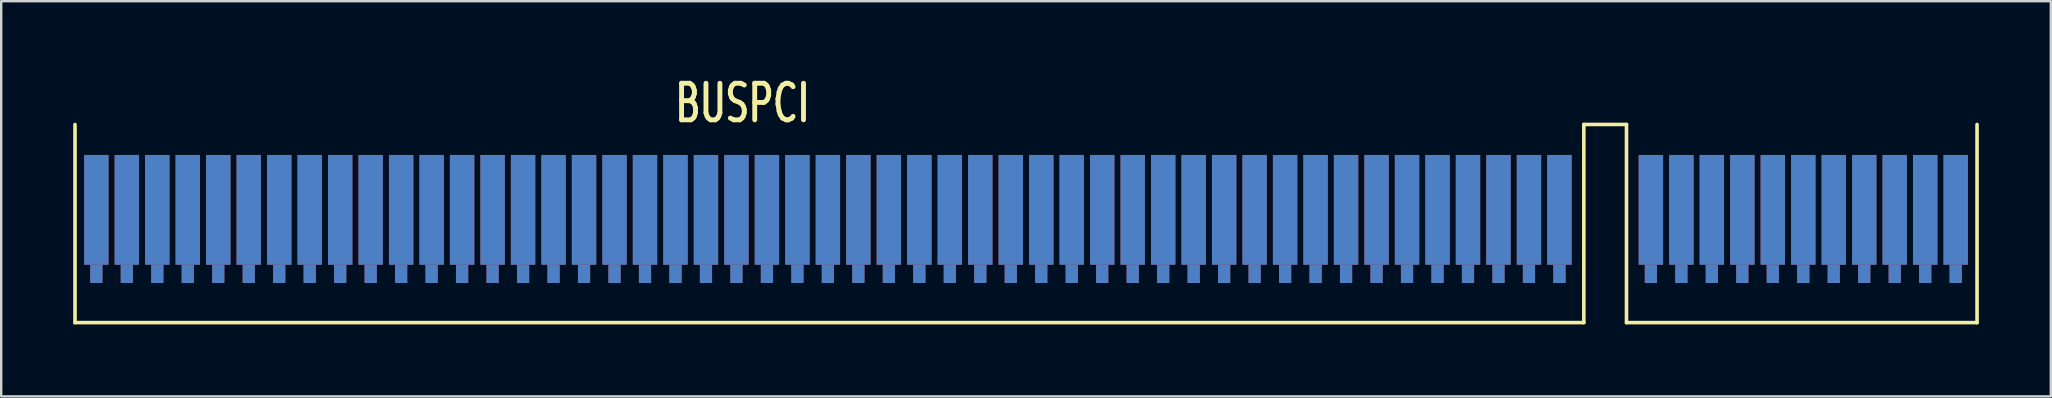
<source format=kicad_pcb>
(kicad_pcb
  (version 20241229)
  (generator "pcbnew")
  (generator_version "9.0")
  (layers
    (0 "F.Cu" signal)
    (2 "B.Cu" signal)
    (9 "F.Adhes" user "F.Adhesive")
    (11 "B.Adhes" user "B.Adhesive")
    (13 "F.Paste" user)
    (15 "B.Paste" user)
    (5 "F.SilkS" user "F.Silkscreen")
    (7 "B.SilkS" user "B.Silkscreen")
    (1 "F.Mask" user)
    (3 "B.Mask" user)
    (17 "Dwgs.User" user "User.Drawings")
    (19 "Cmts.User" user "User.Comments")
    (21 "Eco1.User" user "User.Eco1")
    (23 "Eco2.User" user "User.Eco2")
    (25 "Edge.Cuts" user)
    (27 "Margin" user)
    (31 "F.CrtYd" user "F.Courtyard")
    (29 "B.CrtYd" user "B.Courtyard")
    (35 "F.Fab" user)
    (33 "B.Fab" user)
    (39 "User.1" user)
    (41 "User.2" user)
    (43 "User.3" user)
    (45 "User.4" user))
  (footprint "BUSPCI"
    (layer "F.Cu")
    (at 63.829 5.947)
    (property "Reference" "BUSPCI" (at -35.941 -4.699 0) (layer "F.SilkS") (effects (font (size 1.524 1.016) (thickness 0.203))))
    (attr through_hole)
    (fp_line (start -63.754 -3.81) (end -63.754 4.445) (stroke (width 0.15) (type solid)) (layer "F.SilkS"))
    (fp_line (start -63.754 4.445) (end -0.889 4.445) (stroke (width 0.15) (type solid)) (layer "F.SilkS"))
    (fp_line (start -0.889 -3.81) (end 0.889 -3.81) (stroke (width 0.15) (type solid)) (layer "F.SilkS"))
    (fp_line (start -0.889 4.445) (end -0.889 -3.81) (stroke (width 0.15) (type solid)) (layer "F.SilkS"))
    (fp_line (start 0.889 -3.81) (end 0.889 4.445) (stroke (width 0.15) (type solid)) (layer "F.SilkS"))
    (fp_line (start 0.889 4.445) (end 15.494 4.445) (stroke (width 0.15) (type solid)) (layer "F.SilkS"))
    (fp_line (start 15.494 4.445) (end 15.494 -3.81) (stroke (width 0.15) (type solid)) (layer "F.SilkS"))
    (pad "A1" connect rect (at -62.865 -0.254) (size 1.016 4.572) (layers "B.Cu" "B.Mask"))
    (pad "A1" connect rect (at -62.865 2.413) (size 0.508 0.762) (layers "B.Cu" "B.Mask"))
    (pad "A2" connect rect (at -61.595 -0.254) (size 1.016 4.572) (layers "B.Cu" "B.Mask"))
    (pad "A2" connect rect (at -61.595 2.413) (size 0.508 0.762) (layers "B.Cu" "B.Mask"))
    (pad "A3" connect rect (at -60.325 -0.254) (size 1.016 4.572) (layers "B.Cu" "B.Mask"))
    (pad "A3" connect rect (at -60.325 2.413) (size 0.508 0.762) (layers "B.Cu" "B.Mask"))
    (pad "A4" connect rect (at -59.055 -0.254) (size 1.016 4.572) (layers "B.Cu" "B.Mask"))
    (pad "A4" connect rect (at -59.055 2.413) (size 0.508 0.762) (layers "B.Cu" "B.Mask"))
    (pad "A5" connect rect (at -57.785 -0.254) (size 1.016 4.572) (layers "B.Cu" "B.Mask"))
    (pad "A5" connect rect (at -57.785 2.413) (size 0.508 0.762) (layers "B.Cu" "B.Mask"))
    (pad "A6" connect rect (at -56.515 -0.254) (size 1.016 4.572) (layers "B.Cu" "B.Mask"))
    (pad "A6" connect rect (at -56.515 2.413) (size 0.508 0.762) (layers "B.Cu" "B.Mask"))
    (pad "A7" connect rect (at -55.245 -0.254) (size 1.016 4.572) (layers "B.Cu" "B.Mask"))
    (pad "A7" connect rect (at -55.245 2.413) (size 0.508 0.762) (layers "B.Cu" "B.Mask"))
    (pad "A8" connect rect (at -53.975 -0.254) (size 1.016 4.572) (layers "B.Cu" "B.Mask"))
    (pad "A8" connect rect (at -53.975 2.413) (size 0.508 0.762) (layers "B.Cu" "B.Mask"))
    (pad "A9" connect rect (at -52.705 -0.254) (size 1.016 4.572) (layers "B.Cu" "B.Mask"))
    (pad "A9" connect rect (at -52.705 2.413) (size 0.508 0.762) (layers "B.Cu" "B.Mask"))
    (pad "A10" connect rect (at -51.435 -0.254) (size 1.016 4.572) (layers "B.Cu" "B.Mask"))
    (pad "A10" connect rect (at -51.435 2.413) (size 0.508 0.762) (layers "B.Cu" "B.Mask"))
    (pad "A11" connect rect (at -50.165 -0.254) (size 1.016 4.572) (layers "B.Cu" "B.Mask"))
    (pad "A11" connect rect (at -50.165 2.413) (size 0.508 0.762) (layers "B.Cu" "B.Mask"))
    (pad "A12" connect rect (at -48.895 -0.254) (size 1.016 4.572) (layers "B.Cu" "B.Mask"))
    (pad "A12" connect rect (at -48.895 2.413) (size 0.508 0.762) (layers "B.Cu" "B.Mask"))
    (pad "A13" connect rect (at -47.625 -0.254) (size 1.016 4.572) (layers "B.Cu" "B.Mask"))
    (pad "A13" connect rect (at -47.625 2.413) (size 0.508 0.762) (layers "B.Cu" "B.Mask"))
    (pad "A14" connect rect (at -46.355 -0.254) (size 1.016 4.572) (layers "B.Cu" "B.Mask"))
    (pad "A14" connect rect (at -46.355 2.413) (size 0.508 0.762) (layers "B.Cu" "B.Mask"))
    (pad "A15" connect rect (at -45.085 -0.254) (size 1.016 4.572) (layers "B.Cu" "B.Mask"))
    (pad "A15" connect rect (at -45.085 2.413) (size 0.508 0.762) (layers "B.Cu" "B.Mask"))
    (pad "A16" connect rect (at -43.815 -0.254) (size 1.016 4.572) (layers "B.Cu" "B.Mask"))
    (pad "A16" connect rect (at -43.815 2.413) (size 0.508 0.762) (layers "B.Cu" "B.Mask"))
    (pad "A17" connect rect (at -42.545 -0.254) (size 1.016 4.572) (layers "B.Cu" "B.Mask"))
    (pad "A17" connect rect (at -42.545 2.413) (size 0.508 0.762) (layers "B.Cu" "B.Mask"))
    (pad "A18" connect rect (at -41.275 -0.254) (size 1.016 4.572) (layers "B.Cu" "B.Mask"))
    (pad "A18" connect rect (at -41.275 2.413) (size 0.508 0.762) (layers "B.Cu" "B.Mask"))
    (pad "A19" connect rect (at -40.005 -0.254) (size 1.016 4.572) (layers "B.Cu" "B.Mask"))
    (pad "A19" connect rect (at -40.005 2.413) (size 0.508 0.762) (layers "B.Cu" "B.Mask"))
    (pad "A20" connect rect (at -38.735 -0.254) (size 1.016 4.572) (layers "B.Cu" "B.Mask"))
    (pad "A20" connect rect (at -38.735 2.413) (size 0.508 0.762) (layers "B.Cu" "B.Mask"))
    (pad "A21" connect rect (at -37.465 -0.254) (size 1.016 4.572) (layers "B.Cu" "B.Mask"))
    (pad "A21" connect rect (at -37.465 2.413) (size 0.508 0.762) (layers "B.Cu" "B.Mask"))
    (pad "A22" connect rect (at -36.195 -0.254) (size 1.016 4.572) (layers "B.Cu" "B.Mask"))
    (pad "A22" connect rect (at -36.195 2.413) (size 0.508 0.762) (layers "B.Cu" "B.Mask"))
    (pad "A23" connect rect (at -34.925 -0.254) (size 1.016 4.572) (layers "B.Cu" "B.Mask"))
    (pad "A23" connect rect (at -34.925 2.413) (size 0.508 0.762) (layers "B.Cu" "B.Mask"))
    (pad "A24" connect rect (at -33.655 -0.254) (size 1.016 4.572) (layers "B.Cu" "B.Mask"))
    (pad "A24" connect rect (at -33.655 2.413) (size 0.508 0.762) (layers "B.Cu" "B.Mask"))
    (pad "A25" connect rect (at -32.385 -0.254) (size 1.016 4.572) (layers "B.Cu" "B.Mask"))
    (pad "A25" connect rect (at -32.385 2.413) (size 0.508 0.762) (layers "B.Cu" "B.Mask"))
    (pad "A26" connect rect (at -31.115 -0.254) (size 1.016 4.572) (layers "B.Cu" "B.Mask"))
    (pad "A26" connect rect (at -31.115 2.413) (size 0.508 0.762) (layers "B.Cu" "B.Mask"))
    (pad "A27" connect rect (at -29.845 -0.254) (size 1.016 4.572) (layers "B.Cu" "B.Mask"))
    (pad "A27" connect rect (at -29.845 2.413) (size 0.508 0.762) (layers "B.Cu" "B.Mask"))
    (pad "A28" connect rect (at -28.575 -0.254) (size 1.016 4.572) (layers "B.Cu" "B.Mask"))
    (pad "A28" connect rect (at -28.575 2.413) (size 0.508 0.762) (layers "B.Cu" "B.Mask"))
    (pad "A29" connect rect (at -27.305 -0.254) (size 1.016 4.572) (layers "B.Cu" "B.Mask"))
    (pad "A29" connect rect (at -27.305 2.413) (size 0.508 0.762) (layers "B.Cu" "B.Mask"))
    (pad "A30" connect rect (at -26.035 -0.254) (size 1.016 4.572) (layers "B.Cu" "B.Mask"))
    (pad "A30" connect rect (at -26.035 2.413) (size 0.508 0.762) (layers "B.Cu" "B.Mask"))
    (pad "A31" connect rect (at -24.765 -0.254) (size 1.016 4.572) (layers "B.Cu" "B.Mask"))
    (pad "A31" connect rect (at -24.765 2.413) (size 0.508 0.762) (layers "B.Cu" "B.Mask"))
    (pad "A32" connect rect (at -23.495 -0.254) (size 1.016 4.572) (layers "B.Cu" "B.Mask"))
    (pad "A32" connect rect (at -23.495 2.413) (size 0.508 0.762) (layers "B.Cu" "B.Mask"))
    (pad "A33" connect rect (at -22.225 -0.254) (size 1.016 4.572) (layers "B.Cu" "B.Mask"))
    (pad "A33" connect rect (at -22.225 2.413) (size 0.508 0.762) (layers "B.Cu" "B.Mask"))
    (pad "A34" connect rect (at -20.955 -0.254) (size 1.016 4.572) (layers "B.Cu" "B.Mask"))
    (pad "A34" connect rect (at -20.955 2.413) (size 0.508 0.762) (layers "B.Cu" "B.Mask"))
    (pad "A35" connect rect (at -19.685 -0.254) (size 1.016 4.572) (layers "B.Cu" "B.Mask"))
    (pad "A35" connect rect (at -19.685 2.413) (size 0.508 0.762) (layers "B.Cu" "B.Mask"))
    (pad "A36" connect rect (at -18.415 -0.254) (size 1.016 4.572) (layers "B.Cu" "B.Mask"))
    (pad "A36" connect rect (at -18.415 2.413) (size 0.508 0.762) (layers "B.Cu" "B.Mask"))
    (pad "A37" connect rect (at -17.145 -0.254) (size 1.016 4.572) (layers "B.Cu" "B.Mask"))
    (pad "A37" connect rect (at -17.145 2.413) (size 0.508 0.762) (layers "B.Cu" "B.Mask"))
    (pad "A38" connect rect (at -15.875 -0.254) (size 1.016 4.572) (layers "B.Cu" "B.Mask"))
    (pad "A38" connect rect (at -15.875 2.413) (size 0.508 0.762) (layers "B.Cu" "B.Mask"))
    (pad "A39" connect rect (at -14.605 -0.254) (size 1.016 4.572) (layers "B.Cu" "B.Mask"))
    (pad "A39" connect rect (at -14.605 2.413) (size 0.508 0.762) (layers "B.Cu" "B.Mask"))
    (pad "A40" connect rect (at -13.335 -0.254) (size 1.016 4.572) (layers "B.Cu" "B.Mask"))
    (pad "A40" connect rect (at -13.335 2.413) (size 0.508 0.762) (layers "B.Cu" "B.Mask"))
    (pad "A41" connect rect (at -12.065 -0.254) (size 1.016 4.572) (layers "B.Cu" "B.Mask"))
    (pad "A41" connect rect (at -12.065 2.413) (size 0.508 0.762) (layers "B.Cu" "B.Mask"))
    (pad "A42" connect rect (at -10.795 -0.254) (size 1.016 4.572) (layers "B.Cu" "B.Mask"))
    (pad "A42" connect rect (at -10.795 2.413) (size 0.508 0.762) (layers "B.Cu" "B.Mask"))
    (pad "A43" connect rect (at -9.525 -0.254) (size 1.016 4.572) (layers "B.Cu" "B.Mask"))
    (pad "A43" connect rect (at -9.525 2.413) (size 0.508 0.762) (layers "B.Cu" "B.Mask"))
    (pad "A44" connect rect (at -8.255 -0.254) (size 1.016 4.572) (layers "B.Cu" "B.Mask"))
    (pad "A44" connect rect (at -8.255 2.413) (size 0.508 0.762) (layers "B.Cu" "B.Mask"))
    (pad "A45" connect rect (at -6.985 -0.254) (size 1.016 4.572) (layers "B.Cu" "B.Mask"))
    (pad "A45" connect rect (at -6.985 2.413) (size 0.508 0.762) (layers "B.Cu" "B.Mask"))
    (pad "A46" connect rect (at -5.715 -0.254) (size 1.016 4.572) (layers "B.Cu" "B.Mask"))
    (pad "A46" connect rect (at -5.715 2.413) (size 0.508 0.762) (layers "B.Cu" "B.Mask"))
    (pad "A47" connect rect (at -4.445 -0.254) (size 1.016 4.572) (layers "B.Cu" "B.Mask"))
    (pad "A47" connect rect (at -4.445 2.413) (size 0.508 0.762) (layers "B.Cu" "B.Mask"))
    (pad "A48" connect rect (at -3.175 -0.254) (size 1.016 4.572) (layers "B.Cu" "B.Mask"))
    (pad "A48" connect rect (at -3.175 2.413) (size 0.508 0.762) (layers "B.Cu" "B.Mask"))
    (pad "A49" connect rect (at -1.905 -0.254) (size 1.016 4.572) (layers "B.Cu" "B.Mask"))
    (pad "A49" connect rect (at -1.905 2.413) (size 0.508 0.762) (layers "B.Cu" "B.Mask"))
    (pad "A52" connect rect (at 1.905 -0.254) (size 1.016 4.572) (layers "B.Cu" "B.Mask"))
    (pad "A52" connect rect (at 1.905 2.413) (size 0.508 0.762) (layers "B.Cu" "B.Mask"))
    (pad "A53" connect rect (at 3.175 -0.254) (size 1.016 4.572) (layers "B.Cu" "B.Mask"))
    (pad "A53" connect rect (at 3.175 2.413) (size 0.508 0.762) (layers "B.Cu" "B.Mask"))
    (pad "A54" connect rect (at 4.445 -0.254) (size 1.016 4.572) (layers "B.Cu" "B.Mask"))
    (pad "A54" connect rect (at 4.445 2.413) (size 0.508 0.762) (layers "B.Cu" "B.Mask"))
    (pad "A55" connect rect (at 5.715 -0.254) (size 1.016 4.572) (layers "B.Cu" "B.Mask"))
    (pad "A55" connect rect (at 5.715 2.413) (size 0.508 0.762) (layers "B.Cu" "B.Mask"))
    (pad "A56" connect rect (at 6.985 -0.254) (size 1.016 4.572) (layers "B.Cu" "B.Mask"))
    (pad "A56" connect rect (at 6.985 2.413) (size 0.508 0.762) (layers "B.Cu" "B.Mask"))
    (pad "A57" connect rect (at 8.255 -0.254) (size 1.016 4.572) (layers "B.Cu" "B.Mask"))
    (pad "A57" connect rect (at 8.255 2.413) (size 0.508 0.762) (layers "B.Cu" "B.Mask"))
    (pad "A58" connect rect (at 9.525 -0.254) (size 1.016 4.572) (layers "B.Cu" "B.Mask"))
    (pad "A58" connect rect (at 9.525 2.413) (size 0.508 0.762) (layers "B.Cu" "B.Mask"))
    (pad "A59" connect rect (at 10.795 -0.254) (size 1.016 4.572) (layers "B.Cu" "B.Mask"))
    (pad "A59" connect rect (at 10.795 2.413) (size 0.508 0.762) (layers "B.Cu" "B.Mask"))
    (pad "A60" connect rect (at 12.065 -0.254) (size 1.016 4.572) (layers "B.Cu" "B.Mask"))
    (pad "A60" connect rect (at 12.065 2.413) (size 0.508 0.762) (layers "B.Cu" "B.Mask"))
    (pad "A61" connect rect (at 13.335 -0.254) (size 1.016 4.572) (layers "B.Cu" "B.Mask"))
    (pad "A61" connect rect (at 13.335 2.413) (size 0.508 0.762) (layers "B.Cu" "B.Mask"))
    (pad "A62" connect rect (at 14.605 -0.254) (size 1.016 4.572) (layers "B.Cu" "B.Mask"))
    (pad "A62" connect rect (at 14.605 2.413) (size 0.508 0.762) (layers "B.Cu" "B.Mask"))
    (pad "B1" connect rect (at -62.865 -0.254) (size 1.016 4.572) (layers "F.Cu" "F.Mask"))
    (pad "B1" connect rect (at -62.865 2.413) (size 0.508 0.762) (layers "F.Cu" "F.Mask"))
    (pad "B2" connect rect (at -61.595 -0.254) (size 1.016 4.572) (layers "F.Cu" "F.Mask"))
    (pad "B2" connect rect (at -61.595 2.413) (size 0.508 0.762) (layers "F.Cu" "F.Mask"))
    (pad "B3" connect rect (at -60.325 -0.254) (size 1.016 4.572) (layers "F.Cu" "F.Mask"))
    (pad "B3" connect rect (at -60.325 2.413) (size 0.508 0.762) (layers "F.Cu" "F.Mask"))
    (pad "B4" connect rect (at -59.055 -0.254) (size 1.016 4.572) (layers "F.Cu" "F.Mask"))
    (pad "B4" connect rect (at -59.055 2.413) (size 0.508 0.762) (layers "F.Cu" "F.Mask"))
    (pad "B5" connect rect (at -57.785 -0.254) (size 1.016 4.572) (layers "F.Cu" "F.Mask"))
    (pad "B5" connect rect (at -57.785 2.413) (size 0.508 0.762) (layers "F.Cu" "F.Mask"))
    (pad "B6" connect rect (at -56.515 -0.254) (size 1.016 4.572) (layers "F.Cu" "F.Mask"))
    (pad "B6" connect rect (at -56.515 2.413) (size 0.508 0.762) (layers "F.Cu" "F.Mask"))
    (pad "B7" connect rect (at -55.245 -0.254) (size 1.016 4.572) (layers "F.Cu" "F.Mask"))
    (pad "B7" connect rect (at -55.245 2.413) (size 0.508 0.762) (layers "F.Cu" "F.Mask"))
    (pad "B8" connect rect (at -53.975 -0.254) (size 1.016 4.572) (layers "F.Cu" "F.Mask"))
    (pad "B8" connect rect (at -53.975 2.413) (size 0.508 0.762) (layers "F.Cu" "F.Mask"))
    (pad "B9" connect rect (at -52.705 -0.254) (size 1.016 4.572) (layers "F.Cu" "F.Mask"))
    (pad "B9" connect rect (at -52.705 2.413) (size 0.508 0.762) (layers "F.Cu" "F.Mask"))
    (pad "B10" connect rect (at -51.435 -0.254) (size 1.016 4.572) (layers "F.Cu" "F.Mask"))
    (pad "B10" connect rect (at -51.435 2.413) (size 0.508 0.762) (layers "F.Cu" "F.Mask"))
    (pad "B11" connect rect (at -50.165 -0.254) (size 1.016 4.572) (layers "F.Cu" "F.Mask"))
    (pad "B11" connect rect (at -50.165 2.413) (size 0.508 0.762) (layers "F.Cu" "F.Mask"))
    (pad "B12" connect rect (at -48.895 -0.254) (size 1.016 4.572) (layers "F.Cu" "F.Mask"))
    (pad "B12" connect rect (at -48.895 2.413) (size 0.508 0.762) (layers "F.Cu" "F.Mask"))
    (pad "B13" connect rect (at -47.625 -0.254) (size 1.016 4.572) (layers "F.Cu" "F.Mask"))
    (pad "B13" connect rect (at -47.625 2.413) (size 0.508 0.762) (layers "F.Cu" "F.Mask"))
    (pad "B14" connect rect (at -46.355 -0.254) (size 1.016 4.572) (layers "F.Cu" "F.Mask"))
    (pad "B14" connect rect (at -46.355 2.413) (size 0.508 0.762) (layers "F.Cu" "F.Mask"))
    (pad "B15" connect rect (at -45.085 -0.254) (size 1.016 4.572) (layers "F.Cu" "F.Mask"))
    (pad "B15" connect rect (at -45.085 2.413) (size 0.508 0.762) (layers "F.Cu" "F.Mask"))
    (pad "B16" connect rect (at -43.815 -0.254) (size 1.016 4.572) (layers "F.Cu" "F.Mask"))
    (pad "B16" connect rect (at -43.815 2.413) (size 0.508 0.762) (layers "F.Cu" "F.Mask"))
    (pad "B17" connect rect (at -42.545 -0.254) (size 1.016 4.572) (layers "F.Cu" "F.Mask"))
    (pad "B17" connect rect (at -42.545 2.413) (size 0.508 0.762) (layers "F.Cu" "F.Mask"))
    (pad "B18" connect rect (at -41.275 -0.254) (size 1.016 4.572) (layers "F.Cu" "F.Mask"))
    (pad "B18" connect rect (at -41.275 2.413) (size 0.508 0.762) (layers "F.Cu" "F.Mask"))
    (pad "B19" connect rect (at -40.005 -0.254) (size 1.016 4.572) (layers "F.Cu" "F.Mask"))
    (pad "B19" connect rect (at -40.005 2.413) (size 0.508 0.762) (layers "F.Cu" "F.Mask"))
    (pad "B20" connect rect (at -38.735 -0.254) (size 1.016 4.572) (layers "F.Cu" "F.Mask"))
    (pad "B20" connect rect (at -38.735 2.413) (size 0.508 0.762) (layers "F.Cu" "F.Mask"))
    (pad "B21" connect rect (at -37.465 -0.254) (size 1.016 4.572) (layers "F.Cu" "F.Mask"))
    (pad "B21" connect rect (at -37.465 2.413) (size 0.508 0.762) (layers "F.Cu" "F.Mask"))
    (pad "B22" connect rect (at -36.195 -0.254) (size 1.016 4.572) (layers "F.Cu" "F.Mask"))
    (pad "B22" connect rect (at -36.195 2.413) (size 0.508 0.762) (layers "F.Cu" "F.Mask"))
    (pad "B23" connect rect (at -34.925 -0.254) (size 1.016 4.572) (layers "F.Cu" "F.Mask"))
    (pad "B23" connect rect (at -34.925 2.413) (size 0.508 0.762) (layers "F.Cu" "F.Mask"))
    (pad "B24" connect rect (at -33.655 -0.254) (size 1.016 4.572) (layers "F.Cu" "F.Mask"))
    (pad "B24" connect rect (at -33.655 2.413) (size 0.508 0.762) (layers "F.Cu" "F.Mask"))
    (pad "B25" connect rect (at -32.385 -0.254) (size 1.016 4.572) (layers "F.Cu" "F.Mask"))
    (pad "B25" connect rect (at -32.385 2.413) (size 0.508 0.762) (layers "F.Cu" "F.Mask"))
    (pad "B26" connect rect (at -31.115 -0.254) (size 1.016 4.572) (layers "F.Cu" "F.Mask"))
    (pad "B26" connect rect (at -31.115 2.413) (size 0.508 0.762) (layers "F.Cu" "F.Mask"))
    (pad "B27" connect rect (at -29.845 -0.254) (size 1.016 4.572) (layers "F.Cu" "F.Mask"))
    (pad "B27" connect rect (at -29.845 2.413) (size 0.508 0.762) (layers "F.Cu" "F.Mask"))
    (pad "B28" connect rect (at -28.575 -0.254) (size 1.016 4.572) (layers "F.Cu" "F.Mask"))
    (pad "B28" connect rect (at -28.575 2.413) (size 0.508 0.762) (layers "F.Cu" "F.Mask"))
    (pad "B29" connect rect (at -27.305 -0.254) (size 1.016 4.572) (layers "F.Cu" "F.Mask"))
    (pad "B29" connect rect (at -27.305 2.413) (size 0.508 0.762) (layers "F.Cu" "F.Mask"))
    (pad "B30" connect rect (at -26.035 -0.254) (size 1.016 4.572) (layers "F.Cu" "F.Mask"))
    (pad "B30" connect rect (at -26.035 2.413) (size 0.508 0.762) (layers "F.Cu" "F.Mask"))
    (pad "B31" connect rect (at -24.765 -0.254) (size 1.016 4.572) (layers "F.Cu" "F.Mask"))
    (pad "B31" connect rect (at -24.765 2.413) (size 0.508 0.762) (layers "F.Cu" "F.Mask"))
    (pad "B32" connect rect (at -23.495 -0.254) (size 1.016 4.572) (layers "F.Cu" "F.Mask"))
    (pad "B32" connect rect (at -23.495 2.413) (size 0.508 0.762) (layers "F.Cu" "F.Mask"))
    (pad "B33" connect rect (at -22.225 -0.254) (size 1.016 4.572) (layers "F.Cu" "F.Mask"))
    (pad "B33" connect rect (at -22.225 2.413) (size 0.508 0.762) (layers "F.Cu" "F.Mask"))
    (pad "B34" connect rect (at -20.955 -0.254) (size 1.016 4.572) (layers "F.Cu" "F.Mask"))
    (pad "B34" connect rect (at -20.955 2.413) (size 0.508 0.762) (layers "F.Cu" "F.Mask"))
    (pad "B35" connect rect (at -19.685 -0.254) (size 1.016 4.572) (layers "F.Cu" "F.Mask"))
    (pad "B35" connect rect (at -19.685 2.413) (size 0.508 0.762) (layers "F.Cu" "F.Mask"))
    (pad "B36" connect rect (at -18.415 -0.254) (size 1.016 4.572) (layers "F.Cu" "F.Mask"))
    (pad "B36" connect rect (at -18.415 2.413) (size 0.508 0.762) (layers "F.Cu" "F.Mask"))
    (pad "B37" connect rect (at -17.145 -0.254) (size 1.016 4.572) (layers "F.Cu" "F.Mask"))
    (pad "B37" connect rect (at -17.145 2.413) (size 0.508 0.762) (layers "F.Cu" "F.Mask"))
    (pad "B38" connect rect (at -15.875 -0.254) (size 1.016 4.572) (layers "F.Cu" "F.Mask"))
    (pad "B38" connect rect (at -15.875 2.413) (size 0.508 0.762) (layers "F.Cu" "F.Mask"))
    (pad "B39" connect rect (at -14.605 -0.254) (size 1.016 4.572) (layers "F.Cu" "F.Mask"))
    (pad "B39" connect rect (at -14.605 2.413) (size 0.508 0.762) (layers "F.Cu" "F.Mask"))
    (pad "B40" connect rect (at -13.335 -0.254) (size 1.016 4.572) (layers "F.Cu" "F.Mask"))
    (pad "B40" connect rect (at -13.335 2.413) (size 0.508 0.762) (layers "F.Cu" "F.Mask"))
    (pad "B41" connect rect (at -12.065 -0.254) (size 1.016 4.572) (layers "F.Cu" "F.Mask"))
    (pad "B41" connect rect (at -12.065 2.413) (size 0.508 0.762) (layers "F.Cu" "F.Mask"))
    (pad "B42" connect rect (at -10.795 -0.254) (size 1.016 4.572) (layers "F.Cu" "F.Mask"))
    (pad "B42" connect rect (at -10.795 2.413) (size 0.508 0.762) (layers "F.Cu" "F.Mask"))
    (pad "B43" connect rect (at -9.525 -0.254) (size 1.016 4.572) (layers "F.Cu" "F.Mask"))
    (pad "B43" connect rect (at -9.525 2.413) (size 0.508 0.762) (layers "F.Cu" "F.Mask"))
    (pad "B44" connect rect (at -8.255 -0.254) (size 1.016 4.572) (layers "F.Cu" "F.Mask"))
    (pad "B44" connect rect (at -8.255 2.413) (size 0.508 0.762) (layers "F.Cu" "F.Mask"))
    (pad "B45" connect rect (at -6.985 -0.254) (size 1.016 4.572) (layers "F.Cu" "F.Mask"))
    (pad "B45" connect rect (at -6.985 2.413) (size 0.508 0.762) (layers "F.Cu" "F.Mask"))
    (pad "B46" connect rect (at -5.715 -0.254) (size 1.016 4.572) (layers "F.Cu" "F.Mask"))
    (pad "B46" connect rect (at -5.715 2.413) (size 0.508 0.762) (layers "F.Cu" "F.Mask"))
    (pad "B47" connect rect (at -4.445 -0.254) (size 1.016 4.572) (layers "F.Cu" "F.Mask"))
    (pad "B47" connect rect (at -4.445 2.413) (size 0.508 0.762) (layers "F.Cu" "F.Mask"))
    (pad "B48" connect rect (at -3.175 -0.254) (size 1.016 4.572) (layers "F.Cu" "F.Mask"))
    (pad "B48" connect rect (at -3.175 2.413) (size 0.508 0.762) (layers "F.Cu" "F.Mask"))
    (pad "B49" connect rect (at -1.905 -0.254) (size 1.016 4.572) (layers "F.Cu" "F.Mask"))
    (pad "B49" connect rect (at -1.905 2.413) (size 0.508 0.762) (layers "F.Cu" "F.Mask"))
    (pad "B52" connect rect (at 1.905 -0.254) (size 1.016 4.572) (layers "F.Cu" "F.Mask"))
    (pad "B52" connect rect (at 1.905 2.413) (size 0.508 0.762) (layers "F.Cu" "F.Mask"))
    (pad "B53" connect rect (at 3.175 -0.254) (size 1.016 4.572) (layers "F.Cu" "F.Mask"))
    (pad "B53" connect rect (at 3.175 2.413) (size 0.508 0.762) (layers "F.Cu" "F.Mask"))
    (pad "B54" connect rect (at 4.445 -0.254) (size 1.016 4.572) (layers "F.Cu" "F.Mask"))
    (pad "B54" connect rect (at 4.445 2.413) (size 0.508 0.762) (layers "F.Cu" "F.Mask"))
    (pad "B55" connect rect (at 5.715 -0.254) (size 1.016 4.572) (layers "F.Cu" "F.Mask"))
    (pad "B55" connect rect (at 5.715 2.413) (size 0.508 0.762) (layers "F.Cu" "F.Mask"))
    (pad "B56" connect rect (at 6.985 -0.254) (size 1.016 4.572) (layers "F.Cu" "F.Mask"))
    (pad "B56" connect rect (at 6.985 2.413) (size 0.508 0.762) (layers "F.Cu" "F.Mask"))
    (pad "B57" connect rect (at 8.255 -0.254) (size 1.016 4.572) (layers "F.Cu" "F.Mask"))
    (pad "B57" connect rect (at 8.255 2.413) (size 0.508 0.762) (layers "F.Cu" "F.Mask"))
    (pad "B58" connect rect (at 9.525 -0.254) (size 1.016 4.572) (layers "F.Cu" "F.Mask"))
    (pad "B58" connect rect (at 9.525 2.413) (size 0.508 0.762) (layers "F.Cu" "F.Mask"))
    (pad "B59" connect rect (at 10.795 -0.254) (size 1.016 4.572) (layers "F.Cu" "F.Mask"))
    (pad "B59" connect rect (at 10.795 2.413) (size 0.508 0.762) (layers "F.Cu" "F.Mask"))
    (pad "B60" connect rect (at 12.065 -0.254) (size 1.016 4.572) (layers "F.Cu" "F.Mask"))
    (pad "B60" connect rect (at 12.065 2.413) (size 0.508 0.762) (layers "F.Cu" "F.Mask"))
    (pad "B61" connect rect (at 13.335 -0.254) (size 1.016 4.572) (layers "F.Cu" "F.Mask"))
    (pad "B61" connect rect (at 13.335 2.413) (size 0.508 0.762) (layers "F.Cu" "F.Mask"))
    (pad "B62" connect rect (at 14.605 -0.254) (size 1.016 4.572) (layers "F.Cu" "F.Mask"))
    (pad "B62" connect rect (at 14.605 2.413) (size 0.508 0.762) (layers "F.Cu" "F.Mask")))
  (gr_rect
    (start -3 -3)
    (end 82.398 13.467)
    (stroke (width 0.1) (type default))
    (fill no)
    (layer "Edge.Cuts")))
</source>
